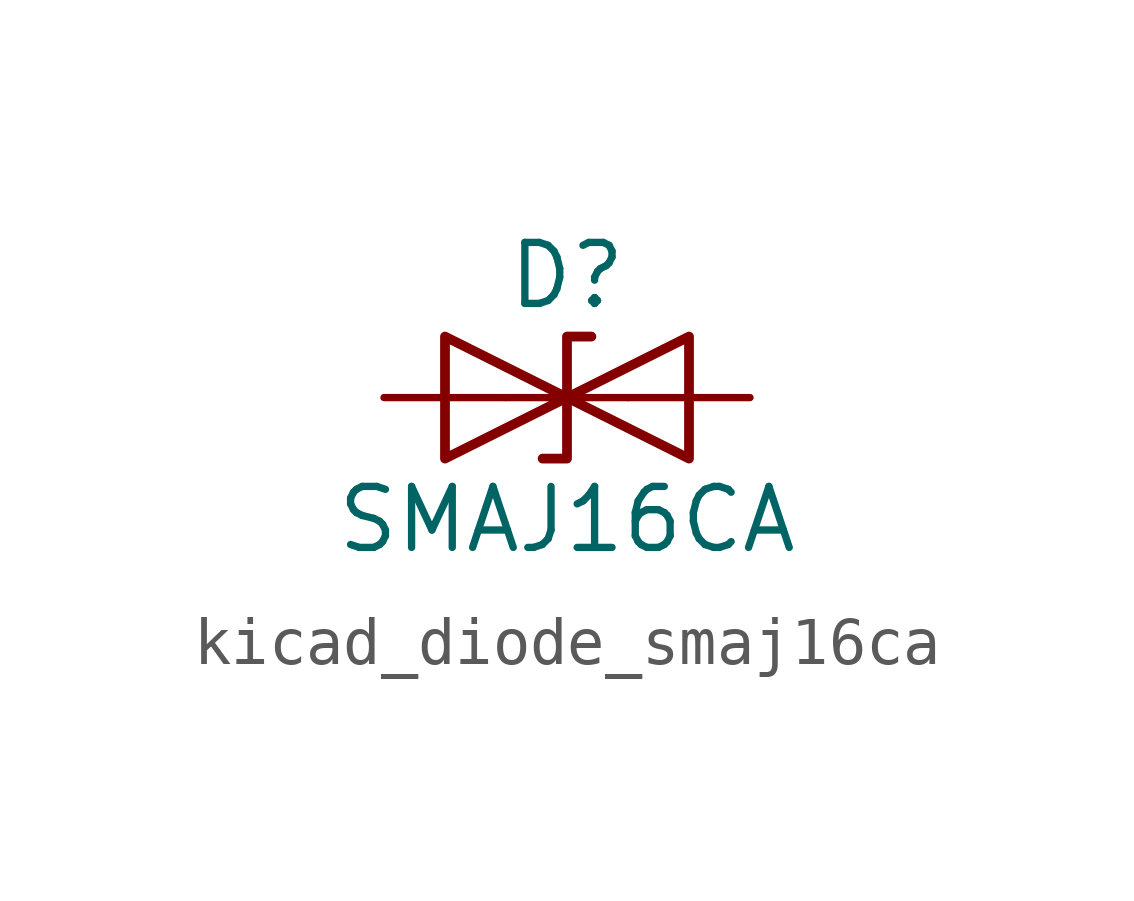
<source format=kicad_sym>
(kicad_symbol_lib
  (version 20220914)
  (generator kicad_symbol_editor)
  (symbol "kicad_diode_smaj16ca"
    (pin_numbers hide)
    (pin_names
      (offset 1.016) hide)
    (property "Reference" "D"
      (at 0 2.54 0)
      (effects (font (size 1.27 1.27))))
    (property "Value" "SMAJ16CA"
      (at 0 -2.54 0)
      (effects (font (size 1.27 1.27))))
    (symbol "kicad_diode_smaj16ca_0_1"
      (polyline (pts (xy 1.27 0) (xy -1.27 0)) (stroke (width 0) (type default)) (fill (type none)))
      (polyline (pts (xy -2.54 -1.27) (xy 0 0) (xy -2.54 1.27) (xy -2.54 -1.27)) (stroke (width 0.203) (type default)) (fill (type none)))
      (polyline (pts (xy 0.508 1.27) (xy 0 1.27) (xy 0 -1.27) (xy -0.508 -1.27)) (stroke (width 0.203) (type default)) (fill (type none)))
      (polyline (pts (xy 2.54 1.27) (xy 2.54 -1.27) (xy 0 0) (xy 2.54 1.27)) (stroke (width 0.203) (type default)) (fill (type none))))
    (symbol "kicad_diode_smaj16ca_1_1"
      (pin passive line (at -3.81 0 0) (length 2.54) (name "A1" (effects (font (size 1.27 1.27)))) (number "1" (effects (font (size 1.27 1.27)))))
      (pin passive line (at 3.81 0 180) (length 2.54) (name "A2" (effects (font (size 1.27 1.27)))) (number "2" (effects (font (size 1.27 1.27))))))))
</source>
